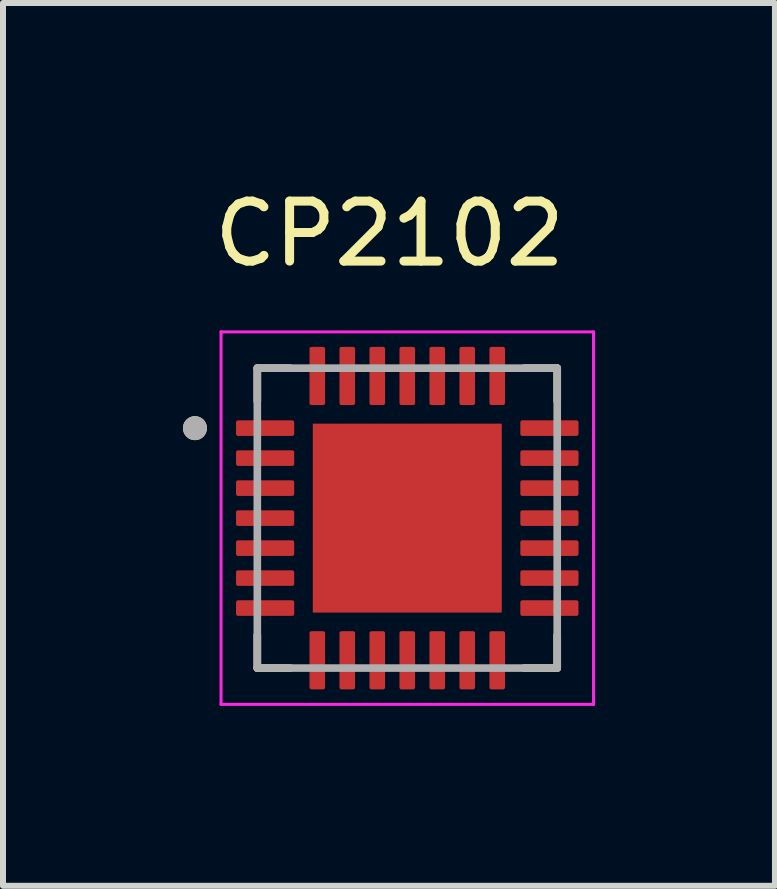
<source format=kicad_pcb>
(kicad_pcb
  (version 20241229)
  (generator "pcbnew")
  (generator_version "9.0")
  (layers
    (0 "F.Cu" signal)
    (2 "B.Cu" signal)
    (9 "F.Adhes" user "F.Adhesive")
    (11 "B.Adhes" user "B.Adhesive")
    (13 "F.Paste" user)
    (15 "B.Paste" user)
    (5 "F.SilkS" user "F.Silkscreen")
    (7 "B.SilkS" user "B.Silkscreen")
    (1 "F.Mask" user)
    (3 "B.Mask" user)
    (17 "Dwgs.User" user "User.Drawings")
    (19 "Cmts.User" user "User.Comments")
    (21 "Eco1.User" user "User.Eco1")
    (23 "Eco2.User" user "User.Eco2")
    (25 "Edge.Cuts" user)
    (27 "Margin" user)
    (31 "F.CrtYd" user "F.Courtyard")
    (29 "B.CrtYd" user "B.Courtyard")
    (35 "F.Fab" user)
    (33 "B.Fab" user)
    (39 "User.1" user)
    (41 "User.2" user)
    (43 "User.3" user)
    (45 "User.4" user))
  (footprint "CP2102"
    (layer "F.Cu")
    (at 3.74 5.588)
    (property "Reference" "CP2102" (at -0.295 -4.74 0) (layer "F.SilkS") (effects (font (size 1 1) (thickness 0.15))))
    (attr smd)
    (fp_line (start -2.5 -2.5) (end -2.5 -1.95) (stroke (width 0.127) (type solid)) (layer "F.SilkS"))
    (fp_line (start -2.5 -2.5) (end -1.95 -2.5) (stroke (width 0.127) (type solid)) (layer "F.SilkS"))
    (fp_line (start -2.5 2.5) (end -2.5 1.95) (stroke (width 0.127) (type solid)) (layer "F.SilkS"))
    (fp_line (start -2.5 2.5) (end -1.95 2.5) (stroke (width 0.127) (type solid)) (layer "F.SilkS"))
    (fp_line (start 2.5 -2.5) (end 1.95 -2.5) (stroke (width 0.127) (type solid)) (layer "F.SilkS"))
    (fp_line (start 2.5 -2.5) (end 2.5 -1.95) (stroke (width 0.127) (type solid)) (layer "F.SilkS"))
    (fp_line (start 2.5 2.5) (end 1.95 2.5) (stroke (width 0.127) (type solid)) (layer "F.SilkS"))
    (fp_line (start 2.5 2.5) (end 2.5 1.95) (stroke (width 0.127) (type solid)) (layer "F.SilkS"))
    (fp_circle (center -3.54 -1.5) (end -3.44 -1.5) (stroke (width 0.2) (type solid)) (fill no) (layer "F.SilkS"))
    (fp_poly (pts (xy -1 -1) (xy 1 -1) (xy 1 1) (xy -1 1)) (stroke (width 0.01) (type solid)) (fill yes) (layer "F.Paste"))
    (fp_line (start -3.105 -3.105) (end 3.105 -3.105) (stroke (width 0.05) (type solid)) (layer "F.CrtYd"))
    (fp_line (start -3.105 3.105) (end -3.105 -3.105) (stroke (width 0.05) (type solid)) (layer "F.CrtYd"))
    (fp_line (start -3.105 3.105) (end 3.105 3.105) (stroke (width 0.05) (type solid)) (layer "F.CrtYd"))
    (fp_line (start 3.105 3.105) (end 3.105 -3.105) (stroke (width 0.05) (type solid)) (layer "F.CrtYd"))
    (fp_line (start -2.5 2.5) (end -2.5 -2.5) (stroke (width 0.127) (type solid)) (layer "F.Fab"))
    (fp_line (start 2.5 -2.5) (end -2.5 -2.5) (stroke (width 0.127) (type solid)) (layer "F.Fab"))
    (fp_line (start 2.5 2.5) (end -2.5 2.5) (stroke (width 0.127) (type solid)) (layer "F.Fab"))
    (fp_line (start 2.5 2.5) (end 2.5 -2.5) (stroke (width 0.127) (type solid)) (layer "F.Fab"))
    (fp_circle (center -3.54 -1.5) (end -3.44 -1.5) (stroke (width 0.2) (type solid)) (fill no) (layer "F.Fab"))
    (pad "1" smd roundrect (at -2.37 -1.5) (size 0.97 0.26) (layers "F.Cu" "F.Mask" "F.Paste") (roundrect_rratio 0.125))
    (pad "2" smd roundrect (at -2.37 -1) (size 0.97 0.26) (layers "F.Cu" "F.Mask" "F.Paste") (roundrect_rratio 0.125))
    (pad "3" smd roundrect (at -2.37 -0.5) (size 0.97 0.26) (layers "F.Cu" "F.Mask" "F.Paste") (roundrect_rratio 0.125))
    (pad "4" smd roundrect (at -2.37 0) (size 0.97 0.26) (layers "F.Cu" "F.Mask" "F.Paste") (roundrect_rratio 0.125))
    (pad "5" smd roundrect (at -2.37 0.5) (size 0.97 0.26) (layers "F.Cu" "F.Mask" "F.Paste") (roundrect_rratio 0.125))
    (pad "6" smd roundrect (at -2.37 1) (size 0.97 0.26) (layers "F.Cu" "F.Mask" "F.Paste") (roundrect_rratio 0.125))
    (pad "7" smd roundrect (at -2.37 1.5) (size 0.97 0.26) (layers "F.Cu" "F.Mask" "F.Paste") (roundrect_rratio 0.125))
    (pad "8" smd roundrect (at -1.5 2.37) (size 0.26 0.97) (layers "F.Cu" "F.Mask" "F.Paste") (roundrect_rratio 0.125))
    (pad "9" smd roundrect (at -1 2.37) (size 0.26 0.97) (layers "F.Cu" "F.Mask" "F.Paste") (roundrect_rratio 0.125))
    (pad "10" smd roundrect (at -0.5 2.37) (size 0.26 0.97) (layers "F.Cu" "F.Mask" "F.Paste") (roundrect_rratio 0.125))
    (pad "11" smd roundrect (at 0 2.37) (size 0.26 0.97) (layers "F.Cu" "F.Mask" "F.Paste") (roundrect_rratio 0.125))
    (pad "12" smd roundrect (at 0.5 2.37) (size 0.26 0.97) (layers "F.Cu" "F.Mask" "F.Paste") (roundrect_rratio 0.125))
    (pad "13" smd roundrect (at 1 2.37) (size 0.26 0.97) (layers "F.Cu" "F.Mask" "F.Paste") (roundrect_rratio 0.125))
    (pad "14" smd roundrect (at 1.5 2.37) (size 0.26 0.97) (layers "F.Cu" "F.Mask" "F.Paste") (roundrect_rratio 0.125))
    (pad "15" smd roundrect (at 2.37 1.5) (size 0.97 0.26) (layers "F.Cu" "F.Mask" "F.Paste") (roundrect_rratio 0.125))
    (pad "16" smd roundrect (at 2.37 1) (size 0.97 0.26) (layers "F.Cu" "F.Mask" "F.Paste") (roundrect_rratio 0.125))
    (pad "17" smd roundrect (at 2.37 0.5) (size 0.97 0.26) (layers "F.Cu" "F.Mask" "F.Paste") (roundrect_rratio 0.125))
    (pad "18" smd roundrect (at 2.37 0) (size 0.97 0.26) (layers "F.Cu" "F.Mask" "F.Paste") (roundrect_rratio 0.125))
    (pad "19" smd roundrect (at 2.37 -0.5) (size 0.97 0.26) (layers "F.Cu" "F.Mask" "F.Paste") (roundrect_rratio 0.125))
    (pad "20" smd roundrect (at 2.37 -1) (size 0.97 0.26) (layers "F.Cu" "F.Mask" "F.Paste") (roundrect_rratio 0.125))
    (pad "21" smd roundrect (at 2.37 -1.5) (size 0.97 0.26) (layers "F.Cu" "F.Mask" "F.Paste") (roundrect_rratio 0.125))
    (pad "22" smd roundrect (at 1.5 -2.37) (size 0.26 0.97) (layers "F.Cu" "F.Mask" "F.Paste") (roundrect_rratio 0.125))
    (pad "23" smd roundrect (at 1 -2.37) (size 0.26 0.97) (layers "F.Cu" "F.Mask" "F.Paste") (roundrect_rratio 0.125))
    (pad "24" smd roundrect (at 0.5 -2.37) (size 0.26 0.97) (layers "F.Cu" "F.Mask" "F.Paste") (roundrect_rratio 0.125))
    (pad "25" smd roundrect (at 0 -2.37) (size 0.26 0.97) (layers "F.Cu" "F.Mask" "F.Paste") (roundrect_rratio 0.125))
    (pad "26" smd roundrect (at -0.5 -2.37) (size 0.26 0.97) (layers "F.Cu" "F.Mask" "F.Paste") (roundrect_rratio 0.125))
    (pad "27" smd roundrect (at -1 -2.37) (size 0.26 0.97) (layers "F.Cu" "F.Mask" "F.Paste") (roundrect_rratio 0.125))
    (pad "28" smd roundrect (at -1.5 -2.37) (size 0.26 0.97) (layers "F.Cu" "F.Mask" "F.Paste") (roundrect_rratio 0.125))
    (pad "29" smd rect (at 0 0) (size 3.15 3.15) (layers "F.Cu" "F.Mask")))
  (gr_rect
    (start -3 -3)
    (end 9.87 11.718)
    (stroke (width 0.1) (type default))
    (fill no)
    (layer "Edge.Cuts")))
</source>
